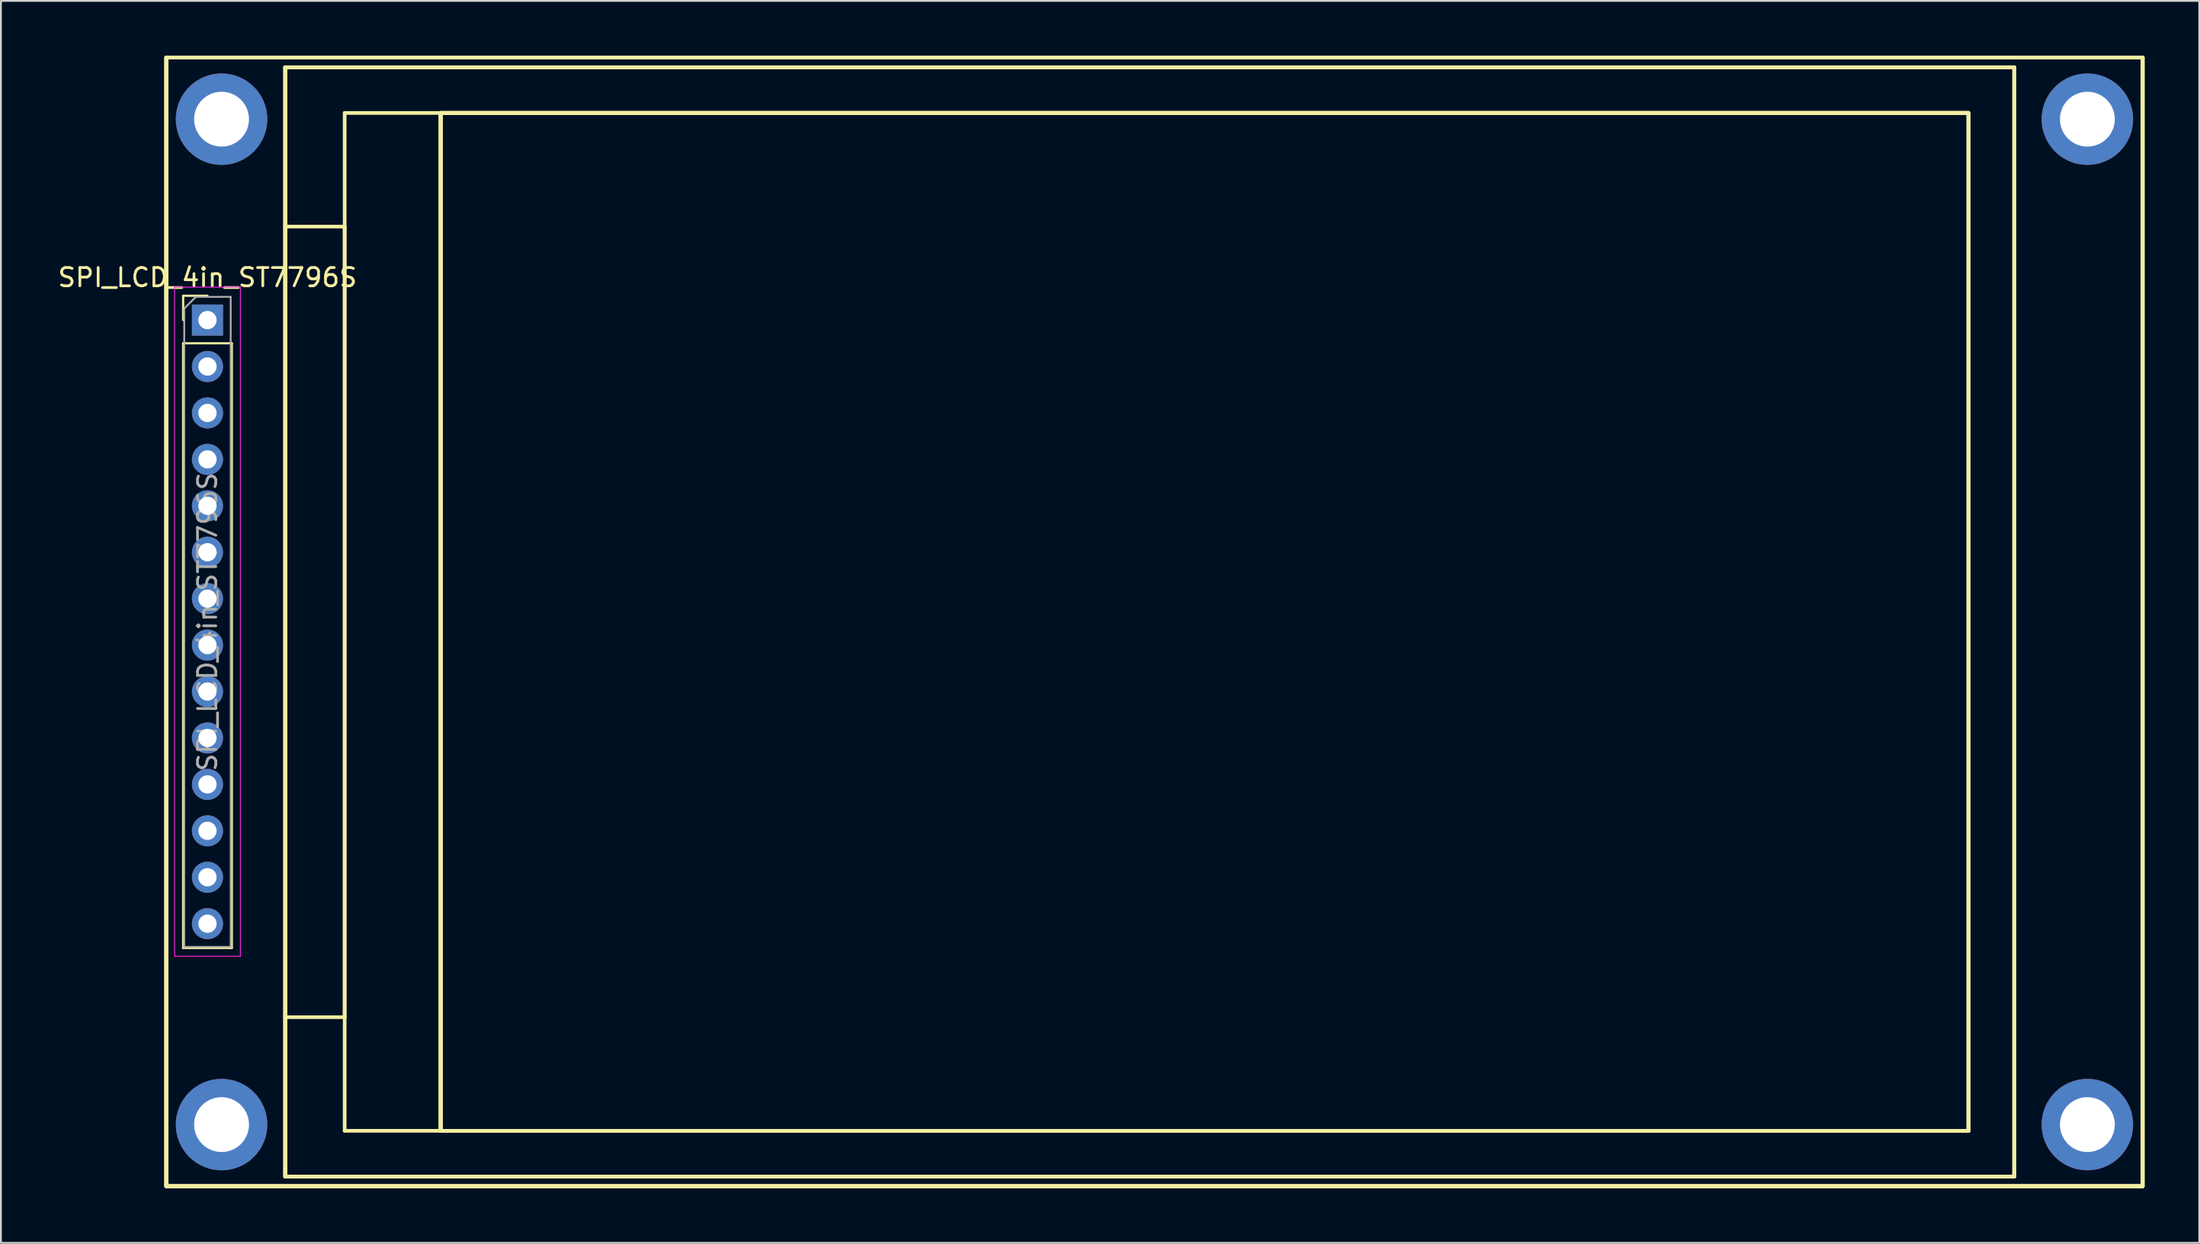
<source format=kicad_pcb>
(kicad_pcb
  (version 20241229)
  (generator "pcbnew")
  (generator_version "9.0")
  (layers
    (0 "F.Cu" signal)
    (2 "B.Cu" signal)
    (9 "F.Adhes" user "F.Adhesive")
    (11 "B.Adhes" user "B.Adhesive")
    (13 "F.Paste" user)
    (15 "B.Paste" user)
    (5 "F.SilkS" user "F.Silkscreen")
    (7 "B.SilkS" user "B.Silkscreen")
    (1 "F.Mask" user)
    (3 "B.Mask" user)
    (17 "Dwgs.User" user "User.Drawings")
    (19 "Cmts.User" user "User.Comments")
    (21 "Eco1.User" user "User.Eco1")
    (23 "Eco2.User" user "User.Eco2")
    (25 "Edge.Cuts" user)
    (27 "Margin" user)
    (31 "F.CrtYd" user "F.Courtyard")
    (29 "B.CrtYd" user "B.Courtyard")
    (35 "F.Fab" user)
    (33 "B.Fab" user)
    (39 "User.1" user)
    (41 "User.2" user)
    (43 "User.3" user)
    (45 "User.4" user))
  (footprint "SPI_LCD_4in_ST7796S"
    (layer "F.Cu")
    (at 8.292 14.46)
    (property "Reference" "SPI_LCD_4in_ST7796S" (at 0 -2.33 0) (layer "F.SilkS") (effects (font (size 1 1) (thickness 0.15))))
    (attr through_hole)
    (fp_line (start -2.25 -14.36) (end -2.25 47.38) (stroke (width 0.2) (type solid)) (layer "F.SilkS"))
    (fp_line (start -2.25 -14.36) (end -2.25 47.38) (stroke (width 0.2) (type solid)) (layer "F.SilkS"))
    (fp_line (start -2.25 -14.36) (end -2.25 47.38) (stroke (width 0.2) (type solid)) (layer "F.SilkS"))
    (fp_line (start -2.25 -14.36) (end -2.25 47.38) (stroke (width 0.2) (type solid)) (layer "F.SilkS"))
    (fp_line (start -2.25 -14.36) (end -2.25 47.38) (stroke (width 0.2) (type solid)) (layer "F.SilkS"))
    (fp_line (start -2.25 -14.36) (end -2.25 47.38) (stroke (width 0.2) (type solid)) (layer "F.SilkS"))
    (fp_line (start -2.25 47.38) (end 105.79 47.38) (stroke (width 0.2) (type solid)) (layer "F.SilkS"))
    (fp_line (start -2.25 47.38) (end 105.79 47.38) (stroke (width 0.2) (type solid)) (layer "F.SilkS"))
    (fp_line (start -2.25 47.38) (end 105.79 47.38) (stroke (width 0.2) (type solid)) (layer "F.SilkS"))
    (fp_line (start -2.25 47.38) (end 105.79 47.38) (stroke (width 0.2) (type solid)) (layer "F.SilkS"))
    (fp_line (start -2.25 47.38) (end 105.79 47.38) (stroke (width 0.2) (type solid)) (layer "F.SilkS"))
    (fp_line (start -2.25 47.38) (end 105.79 47.38) (stroke (width 0.2) (type solid)) (layer "F.SilkS"))
    (fp_line (start -1.33 -1.33) (end 0 -1.33) (stroke (width 0.12) (type solid)) (layer "F.SilkS"))
    (fp_line (start -1.33 0) (end -1.33 -1.33) (stroke (width 0.12) (type solid)) (layer "F.SilkS"))
    (fp_line (start -1.33 1.27) (end -1.33 34.35) (stroke (width 0.12) (type solid)) (layer "F.SilkS"))
    (fp_line (start -1.33 1.27) (end 1.33 1.27) (stroke (width 0.12) (type solid)) (layer "F.SilkS"))
    (fp_line (start -1.33 34.35) (end 1.33 34.35) (stroke (width 0.12) (type solid)) (layer "F.SilkS"))
    (fp_line (start 1.33 1.27) (end 1.33 34.35) (stroke (width 0.12) (type solid)) (layer "F.SilkS"))
    (fp_line (start 4.25 -13.83) (end 4.25 46.85) (stroke (width 0.2) (type solid)) (layer "F.SilkS"))
    (fp_line (start 4.25 -13.83) (end 98.77 -13.83) (stroke (width 0.2) (type solid)) (layer "F.SilkS"))
    (fp_line (start 4.25 -13.83) (end 98.77 -13.83) (stroke (width 0.2) (type solid)) (layer "F.SilkS"))
    (fp_line (start 4.25 -5.115) (end 4.25 -13.83) (stroke (width 0.2) (type solid)) (layer "F.SilkS"))
    (fp_line (start 4.25 -5.115) (end 7.5 -5.115) (stroke (width 0.2) (type solid)) (layer "F.SilkS"))
    (fp_line (start 4.25 38.135) (end 4.25 -5.115) (stroke (width 0.2) (type solid)) (layer "F.SilkS"))
    (fp_line (start 4.25 38.135) (end 4.25 46.85) (stroke (width 0.2) (type solid)) (layer "F.SilkS"))
    (fp_line (start 4.25 46.85) (end 4.25 -13.83) (stroke (width 0.2) (type solid)) (layer "F.SilkS"))
    (fp_line (start 4.25 46.85) (end 4.25 -13.83) (stroke (width 0.2) (type solid)) (layer "F.SilkS"))
    (fp_line (start 4.25 46.85) (end 98.77 46.85) (stroke (width 0.2) (type solid)) (layer "F.SilkS"))
    (fp_line (start 7.5 -11.33) (end 12.75 -11.33) (stroke (width 0.2) (type solid)) (layer "F.SilkS"))
    (fp_line (start 7.5 -5.115) (end 7.5 38.135) (stroke (width 0.2) (type solid)) (layer "F.SilkS"))
    (fp_line (start 7.5 38.135) (end 4.25 38.135) (stroke (width 0.2) (type solid)) (layer "F.SilkS"))
    (fp_line (start 7.5 44.35) (end 7.5 -11.33) (stroke (width 0.2) (type solid)) (layer "F.SilkS"))
    (fp_line (start 12.75 -11.33) (end 12.75 44.35) (stroke (width 0.2) (type solid)) (layer "F.SilkS"))
    (fp_line (start 12.75 -11.33) (end 12.75 44.35) (stroke (width 0.2) (type solid)) (layer "F.SilkS"))
    (fp_line (start 12.75 -11.33) (end 96.27 -11.33) (stroke (width 0.2) (type solid)) (layer "F.SilkS"))
    (fp_line (start 12.75 -11.33) (end 96.27 -11.33) (stroke (width 0.2) (type solid)) (layer "F.SilkS"))
    (fp_line (start 12.75 -11.33) (end 96.27 -11.33) (stroke (width 0.2) (type solid)) (layer "F.SilkS"))
    (fp_line (start 12.75 -11.33) (end 96.27 -11.33) (stroke (width 0.2) (type solid)) (layer "F.SilkS"))
    (fp_line (start 12.75 44.35) (end 7.5 44.35) (stroke (width 0.2) (type solid)) (layer "F.SilkS"))
    (fp_line (start 12.75 44.35) (end 12.75 -11.33) (stroke (width 0.2) (type solid)) (layer "F.SilkS"))
    (fp_line (start 12.75 44.35) (end 12.75 -11.33) (stroke (width 0.2) (type solid)) (layer "F.SilkS"))
    (fp_line (start 12.75 44.35) (end 12.75 -11.33) (stroke (width 0.2) (type solid)) (layer "F.SilkS"))
    (fp_line (start 12.75 44.35) (end 12.75 -11.33) (stroke (width 0.2) (type solid)) (layer "F.SilkS"))
    (fp_line (start 12.75 44.35) (end 96.27 44.35) (stroke (width 0.2) (type solid)) (layer "F.SilkS"))
    (fp_line (start 96.27 -11.33) (end 96.27 44.35) (stroke (width 0.2) (type solid)) (layer "F.SilkS"))
    (fp_line (start 96.27 -11.33) (end 96.27 44.35) (stroke (width 0.2) (type solid)) (layer "F.SilkS"))
    (fp_line (start 96.27 -11.33) (end 96.27 44.35) (stroke (width 0.2) (type solid)) (layer "F.SilkS"))
    (fp_line (start 96.27 -11.33) (end 96.27 44.35) (stroke (width 0.2) (type solid)) (layer "F.SilkS"))
    (fp_line (start 96.27 -11.33) (end 12.75 -11.33) (stroke (width 0.2) (type solid)) (layer "F.SilkS"))
    (fp_line (start 96.27 44.35) (end 12.75 44.35) (stroke (width 0.2) (type solid)) (layer "F.SilkS"))
    (fp_line (start 96.27 44.35) (end 12.75 44.35) (stroke (width 0.2) (type solid)) (layer "F.SilkS"))
    (fp_line (start 96.27 44.35) (end 12.75 44.35) (stroke (width 0.2) (type solid)) (layer "F.SilkS"))
    (fp_line (start 96.27 44.35) (end 12.75 44.35) (stroke (width 0.2) (type solid)) (layer "F.SilkS"))
    (fp_line (start 96.27 44.35) (end 96.27 -11.33) (stroke (width 0.2) (type solid)) (layer "F.SilkS"))
    (fp_line (start 98.77 -13.83) (end 4.25 -13.83) (stroke (width 0.2) (type solid)) (layer "F.SilkS"))
    (fp_line (start 98.77 -13.83) (end 98.77 46.85) (stroke (width 0.2) (type solid)) (layer "F.SilkS"))
    (fp_line (start 98.77 -13.83) (end 98.77 46.85) (stroke (width 0.2) (type solid)) (layer "F.SilkS"))
    (fp_line (start 98.77 46.85) (end 4.25 46.85) (stroke (width 0.2) (type solid)) (layer "F.SilkS"))
    (fp_line (start 98.77 46.85) (end 4.25 46.85) (stroke (width 0.2) (type solid)) (layer "F.SilkS"))
    (fp_line (start 98.77 46.85) (end 98.77 -13.83) (stroke (width 0.2) (type solid)) (layer "F.SilkS"))
    (fp_line (start 105.79 -14.36) (end -2.25 -14.36) (stroke (width 0.2) (type solid)) (layer "F.SilkS"))
    (fp_line (start 105.79 -14.36) (end -2.25 -14.36) (stroke (width 0.2) (type solid)) (layer "F.SilkS"))
    (fp_line (start 105.79 -14.36) (end -2.25 -14.36) (stroke (width 0.2) (type solid)) (layer "F.SilkS"))
    (fp_line (start 105.79 -14.36) (end -2.25 -14.36) (stroke (width 0.2) (type solid)) (layer "F.SilkS"))
    (fp_line (start 105.79 -14.36) (end -2.25 -14.36) (stroke (width 0.2) (type solid)) (layer "F.SilkS"))
    (fp_line (start 105.79 -14.36) (end -2.25 -14.36) (stroke (width 0.2) (type solid)) (layer "F.SilkS"))
    (fp_line (start 105.79 47.38) (end 105.79 -14.36) (stroke (width 0.2) (type solid)) (layer "F.SilkS"))
    (fp_line (start 105.79 47.38) (end 105.79 -14.36) (stroke (width 0.2) (type solid)) (layer "F.SilkS"))
    (fp_line (start 105.79 47.38) (end 105.79 -14.36) (stroke (width 0.2) (type solid)) (layer "F.SilkS"))
    (fp_line (start 105.79 47.38) (end 105.79 -14.36) (stroke (width 0.2) (type solid)) (layer "F.SilkS"))
    (fp_line (start 105.79 47.38) (end 105.79 -14.36) (stroke (width 0.2) (type solid)) (layer "F.SilkS"))
    (fp_line (start 105.79 47.38) (end 105.79 -14.36) (stroke (width 0.2) (type solid)) (layer "F.SilkS"))
    (fp_line (start -1.8 -1.8) (end -1.8 34.8) (stroke (width 0.05) (type solid)) (layer "F.CrtYd"))
    (fp_line (start -1.8 34.8) (end 1.8 34.8) (stroke (width 0.05) (type solid)) (layer "F.CrtYd"))
    (fp_line (start 1.8 -1.8) (end -1.8 -1.8) (stroke (width 0.05) (type solid)) (layer "F.CrtYd"))
    (fp_line (start 1.8 34.8) (end 1.8 -1.8) (stroke (width 0.05) (type solid)) (layer "F.CrtYd"))
    (fp_line (start -1.27 -0.635) (end -0.635 -1.27) (stroke (width 0.1) (type solid)) (layer "F.Fab"))
    (fp_line (start -1.27 34.29) (end -1.27 -0.635) (stroke (width 0.1) (type solid)) (layer "F.Fab"))
    (fp_line (start -0.635 -1.27) (end 1.27 -1.27) (stroke (width 0.1) (type solid)) (layer "F.Fab"))
    (fp_line (start 1.27 -1.27) (end 1.27 34.29) (stroke (width 0.1) (type solid)) (layer "F.Fab"))
    (fp_line (start 1.27 34.29) (end -1.27 34.29) (stroke (width 0.1) (type solid)) (layer "F.Fab"))
    (fp_text user "${REFERENCE}" (at 0 16.51 90) (layer "F.Fab") (effects (font (size 1 1) (thickness 0.15))))
    (pad "1" thru_hole rect (at 0 0) (size 1.7 1.7) (drill 1) (layers "*.Cu" "*.Mask"))
    (pad "2" thru_hole oval (at 0 2.54) (size 1.7 1.7) (drill 1) (layers "*.Cu" "*.Mask"))
    (pad "3" thru_hole oval (at 0 5.08) (size 1.7 1.7) (drill 1) (layers "*.Cu" "*.Mask"))
    (pad "4" thru_hole oval (at 0 7.62) (size 1.7 1.7) (drill 1) (layers "*.Cu" "*.Mask"))
    (pad "5" thru_hole oval (at 0 10.16) (size 1.7 1.7) (drill 1) (layers "*.Cu" "*.Mask"))
    (pad "6" thru_hole oval (at 0 12.7) (size 1.7 1.7) (drill 1) (layers "*.Cu" "*.Mask"))
    (pad "7" thru_hole oval (at 0 15.24) (size 1.7 1.7) (drill 1) (layers "*.Cu" "*.Mask"))
    (pad "8" thru_hole oval (at 0 17.78) (size 1.7 1.7) (drill 1) (layers "*.Cu" "*.Mask"))
    (pad "9" thru_hole oval (at 0 20.32) (size 1.7 1.7) (drill 1) (layers "*.Cu" "*.Mask"))
    (pad "10" thru_hole oval (at 0 22.86) (size 1.7 1.7) (drill 1) (layers "*.Cu" "*.Mask"))
    (pad "11" thru_hole oval (at 0 25.4) (size 1.7 1.7) (drill 1) (layers "*.Cu" "*.Mask"))
    (pad "12" thru_hole oval (at 0 27.94) (size 1.7 1.7) (drill 1) (layers "*.Cu" "*.Mask"))
    (pad "13" thru_hole oval (at 0 30.48) (size 1.7 1.7) (drill 1) (layers "*.Cu" "*.Mask"))
    (pad "14" thru_hole oval (at 0 33.02) (size 1.7 1.7) (drill 1) (layers "*.Cu" "*.Mask"))
    (pad "15" thru_hole circle (at 0.77 -10.99) (size 5 5) (drill 3) (layers "*.Cu" "*.Mask"))
    (pad "16" thru_hole circle (at 102.77 -10.99) (size 5 5) (drill 3) (layers "*.Cu" "*.Mask"))
    (pad "17" thru_hole circle (at 102.77 44.01) (size 5 5) (drill 3) (layers "*.Cu" "*.Mask"))
    (pad "18" thru_hole circle (at 0.77 44.01) (size 5 5) (drill 3) (layers "*.Cu" "*.Mask")))
  (gr_rect
    (start -3 -3)
    (end 117.182 64.94)
    (stroke (width 0.1) (type default))
    (fill no)
    (layer "Edge.Cuts")))
</source>
